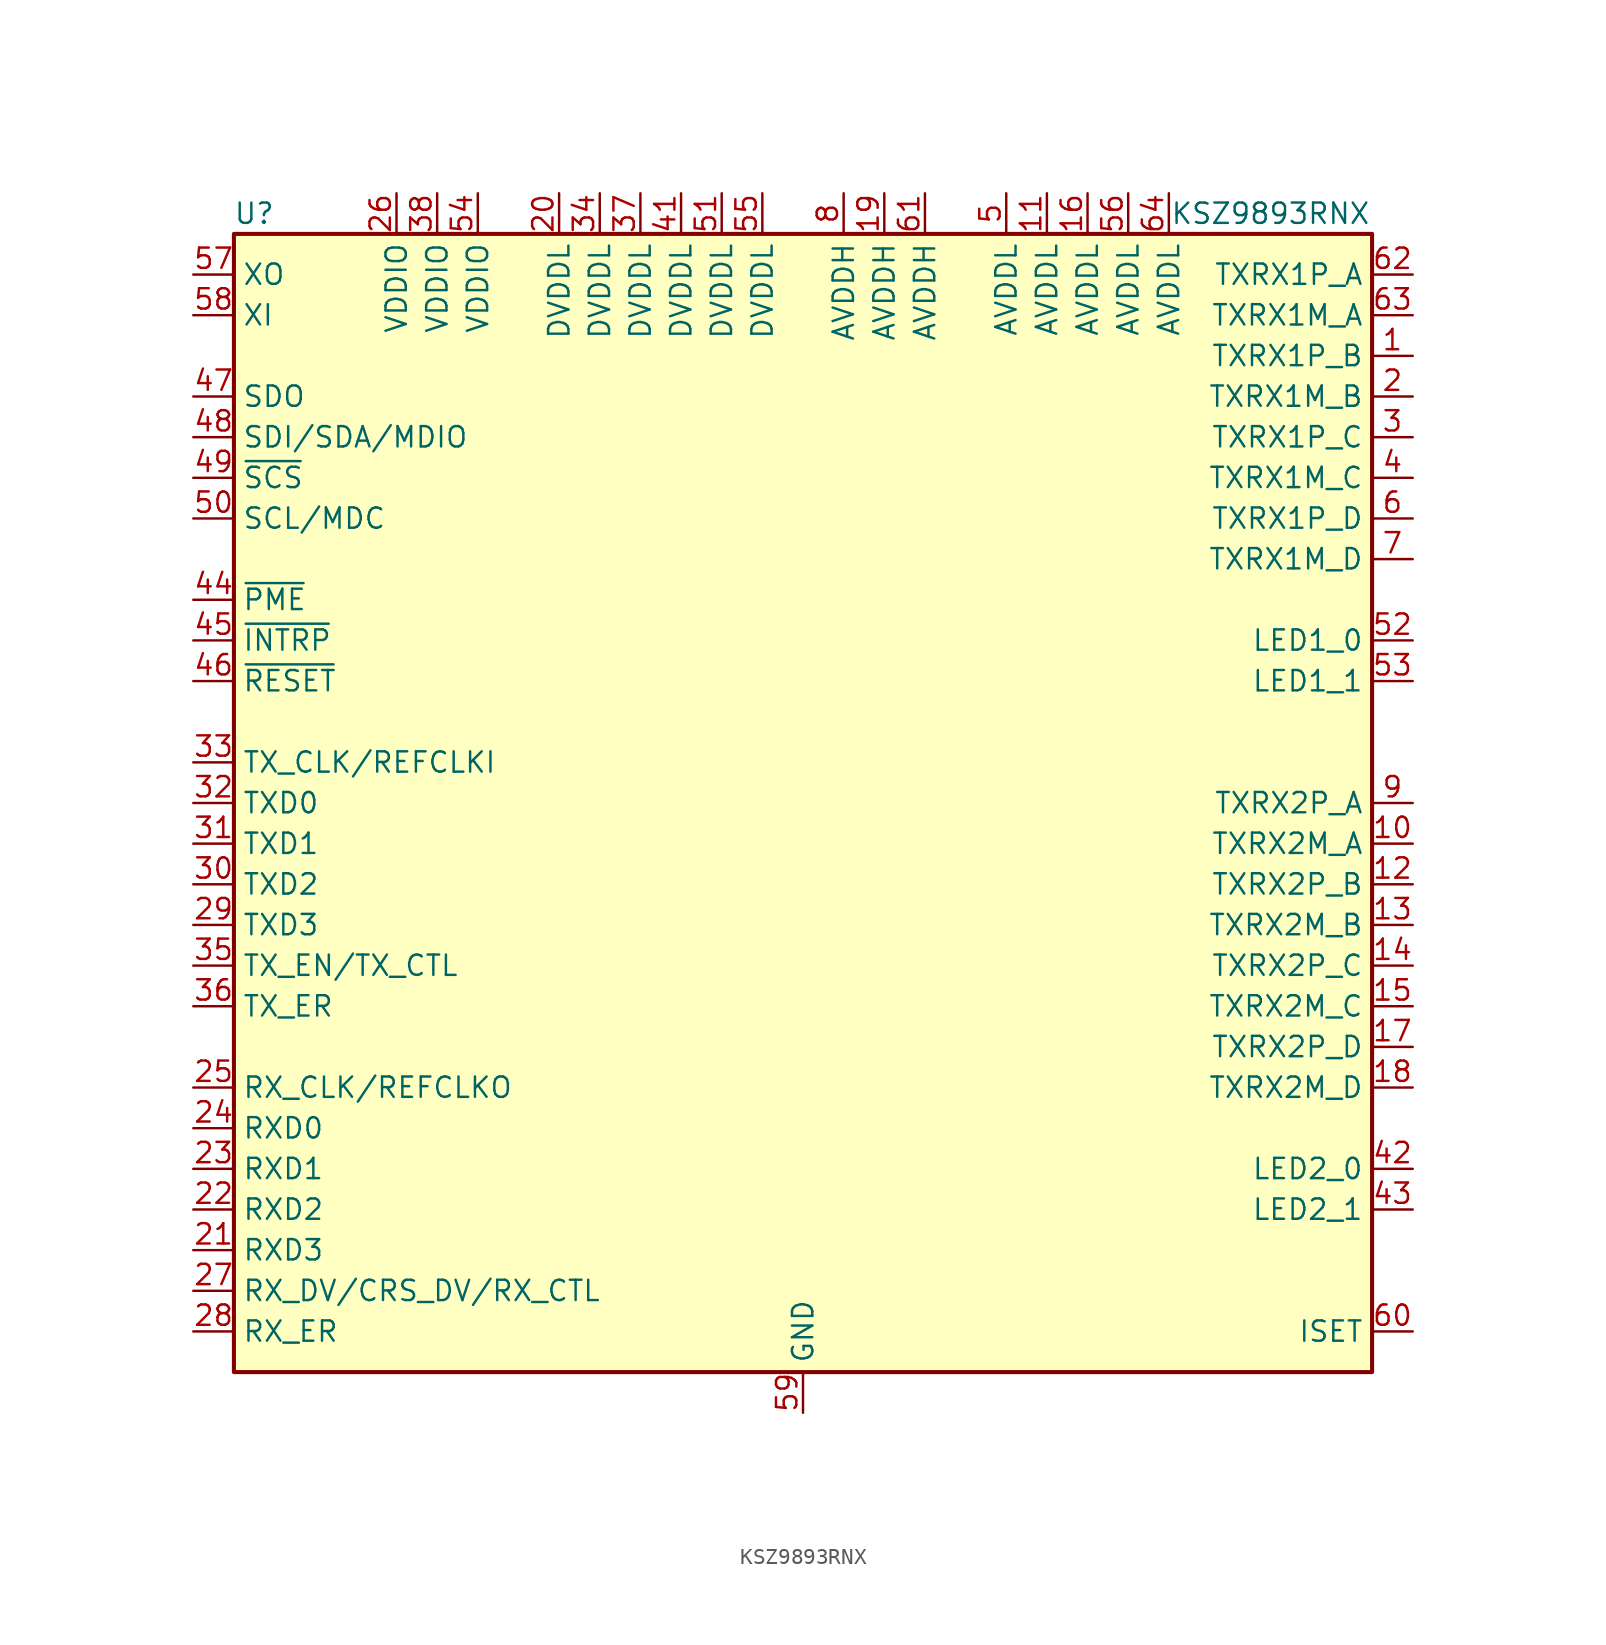
<source format=kicad_sym>
(kicad_symbol_lib
  (version 20220914)
  (generator kicad_symbol_editor)
  (symbol "KSZ9893RNX"
    (property "Reference" "U"
      (at -34.29 36.83 0)
      (effects (font (size 1.27 1.27))))
    (property "Value" "KSZ9893RNX"
      (at 29.21 36.83 0)
      (effects (font (size 1.27 1.27))))
    (symbol "KSZ9893RNX_0_1"
      (rectangle (start 35.56 -35.56) (end -35.56 35.56) (stroke (width 0.254) (type default)) (fill (type background))))
    (symbol "KSZ9893RNX_1_1"
      (pin passive line (at 38.1 27.94 180) (length 2.54) (name "TXRX1P_B" (effects (font (size 1.27 1.27)))) (number "1" (effects (font (size 1.27 1.27)))))
      (pin passive line (at 38.1 -2.54 180) (length 2.54) (name "TXRX2M_A" (effects (font (size 1.27 1.27)))) (number "10" (effects (font (size 1.27 1.27)))))
      (pin power_in line (at 15.24 38.1 270) (length 2.54) (name "AVDDL" (effects (font (size 1.27 1.27)))) (number "11" (effects (font (size 1.27 1.27)))))
      (pin passive line (at 38.1 -5.08 180) (length 2.54) (name "TXRX2P_B" (effects (font (size 1.27 1.27)))) (number "12" (effects (font (size 1.27 1.27)))))
      (pin passive line (at 38.1 -7.62 180) (length 2.54) (name "TXRX2M_B" (effects (font (size 1.27 1.27)))) (number "13" (effects (font (size 1.27 1.27)))))
      (pin passive line (at 38.1 -10.16 180) (length 2.54) (name "TXRX2P_C" (effects (font (size 1.27 1.27)))) (number "14" (effects (font (size 1.27 1.27)))))
      (pin passive line (at 38.1 -12.7 180) (length 2.54) (name "TXRX2M_C" (effects (font (size 1.27 1.27)))) (number "15" (effects (font (size 1.27 1.27)))))
      (pin power_in line (at 17.78 38.1 270) (length 2.54) (name "AVDDL" (effects (font (size 1.27 1.27)))) (number "16" (effects (font (size 1.27 1.27)))))
      (pin passive line (at 38.1 -15.24 180) (length 2.54) (name "TXRX2P_D" (effects (font (size 1.27 1.27)))) (number "17" (effects (font (size 1.27 1.27)))))
      (pin passive line (at 38.1 -17.78 180) (length 2.54) (name "TXRX2M_D" (effects (font (size 1.27 1.27)))) (number "18" (effects (font (size 1.27 1.27)))))
      (pin power_in line (at 5.08 38.1 270) (length 2.54) (name "AVDDH" (effects (font (size 1.27 1.27)))) (number "19" (effects (font (size 1.27 1.27)))))
      (pin passive line (at 38.1 25.4 180) (length 2.54) (name "TXRX1M_B" (effects (font (size 1.27 1.27)))) (number "2" (effects (font (size 1.27 1.27)))))
      (pin power_in line (at -15.24 38.1 270) (length 2.54) (name "DVDDL" (effects (font (size 1.27 1.27)))) (number "20" (effects (font (size 1.27 1.27)))))
      (pin output line (at -38.1 -27.94 0) (length 2.54) (name "RXD3" (effects (font (size 1.27 1.27)))) (number "21" (effects (font (size 1.27 1.27)))))
      (pin output line (at -38.1 -25.4 0) (length 2.54) (name "RXD2" (effects (font (size 1.27 1.27)))) (number "22" (effects (font (size 1.27 1.27)))))
      (pin output line (at -38.1 -22.86 0) (length 2.54) (name "RXD1" (effects (font (size 1.27 1.27)))) (number "23" (effects (font (size 1.27 1.27)))))
      (pin output line (at -38.1 -20.32 0) (length 2.54) (name "RXD0" (effects (font (size 1.27 1.27)))) (number "24" (effects (font (size 1.27 1.27)))))
      (pin output line (at -38.1 -17.78 0) (length 2.54) (name "RX_CLK/REFCLKO" (effects (font (size 1.27 1.27)))) (number "25" (effects (font (size 1.27 1.27)))))
      (pin power_in line (at -25.4 38.1 270) (length 2.54) (name "VDDIO" (effects (font (size 1.27 1.27)))) (number "26" (effects (font (size 1.27 1.27)))))
      (pin output line (at -38.1 -30.48 0) (length 2.54) (name "RX_DV/CRS_DV/RX_CTL" (effects (font (size 1.27 1.27)))) (number "27" (effects (font (size 1.27 1.27)))))
      (pin output line (at -38.1 -33.02 0) (length 2.54) (name "RX_ER" (effects (font (size 1.27 1.27)))) (number "28" (effects (font (size 1.27 1.27)))))
      (pin input line (at -38.1 -7.62 0) (length 2.54) (name "TXD3" (effects (font (size 1.27 1.27)))) (number "29" (effects (font (size 1.27 1.27)))))
      (pin passive line (at 38.1 22.86 180) (length 2.54) (name "TXRX1P_C" (effects (font (size 1.27 1.27)))) (number "3" (effects (font (size 1.27 1.27)))))
      (pin input line (at -38.1 -5.08 0) (length 2.54) (name "TXD2" (effects (font (size 1.27 1.27)))) (number "30" (effects (font (size 1.27 1.27)))))
      (pin input line (at -38.1 -2.54 0) (length 2.54) (name "TXD1" (effects (font (size 1.27 1.27)))) (number "31" (effects (font (size 1.27 1.27)))))
      (pin input line (at -38.1 0 0) (length 2.54) (name "TXD0" (effects (font (size 1.27 1.27)))) (number "32" (effects (font (size 1.27 1.27)))))
      (pin input line (at -38.1 2.54 0) (length 2.54) (name "TX_CLK/REFCLKI" (effects (font (size 1.27 1.27)))) (number "33" (effects (font (size 1.27 1.27)))))
      (pin power_in line (at -12.7 38.1 270) (length 2.54) (name "DVDDL" (effects (font (size 1.27 1.27)))) (number "34" (effects (font (size 1.27 1.27)))))
      (pin input line (at -38.1 -10.16 0) (length 2.54) (name "TX_EN/TX_CTL" (effects (font (size 1.27 1.27)))) (number "35" (effects (font (size 1.27 1.27)))))
      (pin input line (at -38.1 -12.7 0) (length 2.54) (name "TX_ER" (effects (font (size 1.27 1.27)))) (number "36" (effects (font (size 1.27 1.27)))))
      (pin power_in line (at -10.16 38.1 270) (length 2.54) (name "DVDDL" (effects (font (size 1.27 1.27)))) (number "37" (effects (font (size 1.27 1.27)))))
      (pin power_in line (at -22.86 38.1 270) (length 2.54) (name "VDDIO" (effects (font (size 1.27 1.27)))) (number "38" (effects (font (size 1.27 1.27)))))
      (pin no_connect line (at 35.56 2.54 180) (length 2.54) hide (name "NC" (effects (font (size 1.27 1.27)))) (number "39" (effects (font (size 1.27 1.27)))))
      (pin passive line (at 38.1 20.32 180) (length 2.54) (name "TXRX1M_C" (effects (font (size 1.27 1.27)))) (number "4" (effects (font (size 1.27 1.27)))))
      (pin no_connect line (at 35.56 5.08 180) (length 2.54) hide (name "NC" (effects (font (size 1.27 1.27)))) (number "40" (effects (font (size 1.27 1.27)))))
      (pin power_in line (at -7.62 38.1 270) (length 2.54) (name "DVDDL" (effects (font (size 1.27 1.27)))) (number "41" (effects (font (size 1.27 1.27)))))
      (pin output line (at 38.1 -22.86 180) (length 2.54) (name "LED2_0" (effects (font (size 1.27 1.27)))) (number "42" (effects (font (size 1.27 1.27)))))
      (pin output line (at 38.1 -25.4 180) (length 2.54) (name "LED2_1" (effects (font (size 1.27 1.27)))) (number "43" (effects (font (size 1.27 1.27)))))
      (pin output line (at -38.1 12.7 0) (length 2.54) (name "~{PME}" (effects (font (size 1.27 1.27)))) (number "44" (effects (font (size 1.27 1.27)))))
      (pin output line (at -38.1 10.16 0) (length 2.54) (name "~{INTRP}" (effects (font (size 1.27 1.27)))) (number "45" (effects (font (size 1.27 1.27)))))
      (pin input line (at -38.1 7.62 0) (length 2.54) (name "~{RESET}" (effects (font (size 1.27 1.27)))) (number "46" (effects (font (size 1.27 1.27)))))
      (pin output line (at -38.1 25.4 0) (length 2.54) (name "SDO" (effects (font (size 1.27 1.27)))) (number "47" (effects (font (size 1.27 1.27)))))
      (pin bidirectional line (at -38.1 22.86 0) (length 2.54) (name "SDI/SDA/MDIO" (effects (font (size 1.27 1.27)))) (number "48" (effects (font (size 1.27 1.27)))))
      (pin input line (at -38.1 20.32 0) (length 2.54) (name "~{SCS}" (effects (font (size 1.27 1.27)))) (number "49" (effects (font (size 1.27 1.27)))))
      (pin power_in line (at 12.7 38.1 270) (length 2.54) (name "AVDDL" (effects (font (size 1.27 1.27)))) (number "5" (effects (font (size 1.27 1.27)))))
      (pin input line (at -38.1 17.78 0) (length 2.54) (name "SCL/MDC" (effects (font (size 1.27 1.27)))) (number "50" (effects (font (size 1.27 1.27)))))
      (pin power_in line (at -5.08 38.1 270) (length 2.54) (name "DVDDL" (effects (font (size 1.27 1.27)))) (number "51" (effects (font (size 1.27 1.27)))))
      (pin output line (at 38.1 10.16 180) (length 2.54) (name "LED1_0" (effects (font (size 1.27 1.27)))) (number "52" (effects (font (size 1.27 1.27)))))
      (pin output line (at 38.1 7.62 180) (length 2.54) (name "LED1_1" (effects (font (size 1.27 1.27)))) (number "53" (effects (font (size 1.27 1.27)))))
      (pin power_in line (at -20.32 38.1 270) (length 2.54) (name "VDDIO" (effects (font (size 1.27 1.27)))) (number "54" (effects (font (size 1.27 1.27)))))
      (pin power_in line (at -2.54 38.1 270) (length 2.54) (name "DVDDL" (effects (font (size 1.27 1.27)))) (number "55" (effects (font (size 1.27 1.27)))))
      (pin power_in line (at 20.32 38.1 270) (length 2.54) (name "AVDDL" (effects (font (size 1.27 1.27)))) (number "56" (effects (font (size 1.27 1.27)))))
      (pin output line (at -38.1 33.02 0) (length 2.54) (name "XO" (effects (font (size 1.27 1.27)))) (number "57" (effects (font (size 1.27 1.27)))))
      (pin input line (at -38.1 30.48 0) (length 2.54) (name "XI" (effects (font (size 1.27 1.27)))) (number "58" (effects (font (size 1.27 1.27)))))
      (pin power_in line (at 0 -38.1 90) (length 2.54) (name "GND" (effects (font (size 1.27 1.27)))) (number "59" (effects (font (size 1.27 1.27)))))
      (pin passive line (at 38.1 17.78 180) (length 2.54) (name "TXRX1P_D" (effects (font (size 1.27 1.27)))) (number "6" (effects (font (size 1.27 1.27)))))
      (pin passive line (at 38.1 -33.02 180) (length 2.54) (name "ISET" (effects (font (size 1.27 1.27)))) (number "60" (effects (font (size 1.27 1.27)))))
      (pin power_in line (at 7.62 38.1 270) (length 2.54) (name "AVDDH" (effects (font (size 1.27 1.27)))) (number "61" (effects (font (size 1.27 1.27)))))
      (pin passive line (at 38.1 33.02 180) (length 2.54) (name "TXRX1P_A" (effects (font (size 1.27 1.27)))) (number "62" (effects (font (size 1.27 1.27)))))
      (pin passive line (at 38.1 30.48 180) (length 2.54) (name "TXRX1M_A" (effects (font (size 1.27 1.27)))) (number "63" (effects (font (size 1.27 1.27)))))
      (pin power_in line (at 22.86 38.1 270) (length 2.54) (name "AVDDL" (effects (font (size 1.27 1.27)))) (number "64" (effects (font (size 1.27 1.27)))))
      (pin passive line (at 0 -38.1 90) (length 2.54) hide (name "GND" (effects (font (size 1.27 1.27)))) (number "65" (effects (font (size 1.27 1.27)))))
      (pin passive line (at 38.1 15.24 180) (length 2.54) (name "TXRX1M_D" (effects (font (size 1.27 1.27)))) (number "7" (effects (font (size 1.27 1.27)))))
      (pin power_in line (at 2.54 38.1 270) (length 2.54) (name "AVDDH" (effects (font (size 1.27 1.27)))) (number "8" (effects (font (size 1.27 1.27)))))
      (pin passive line (at 38.1 0 180) (length 2.54) (name "TXRX2P_A" (effects (font (size 1.27 1.27)))) (number "9" (effects (font (size 1.27 1.27))))))))
</source>
